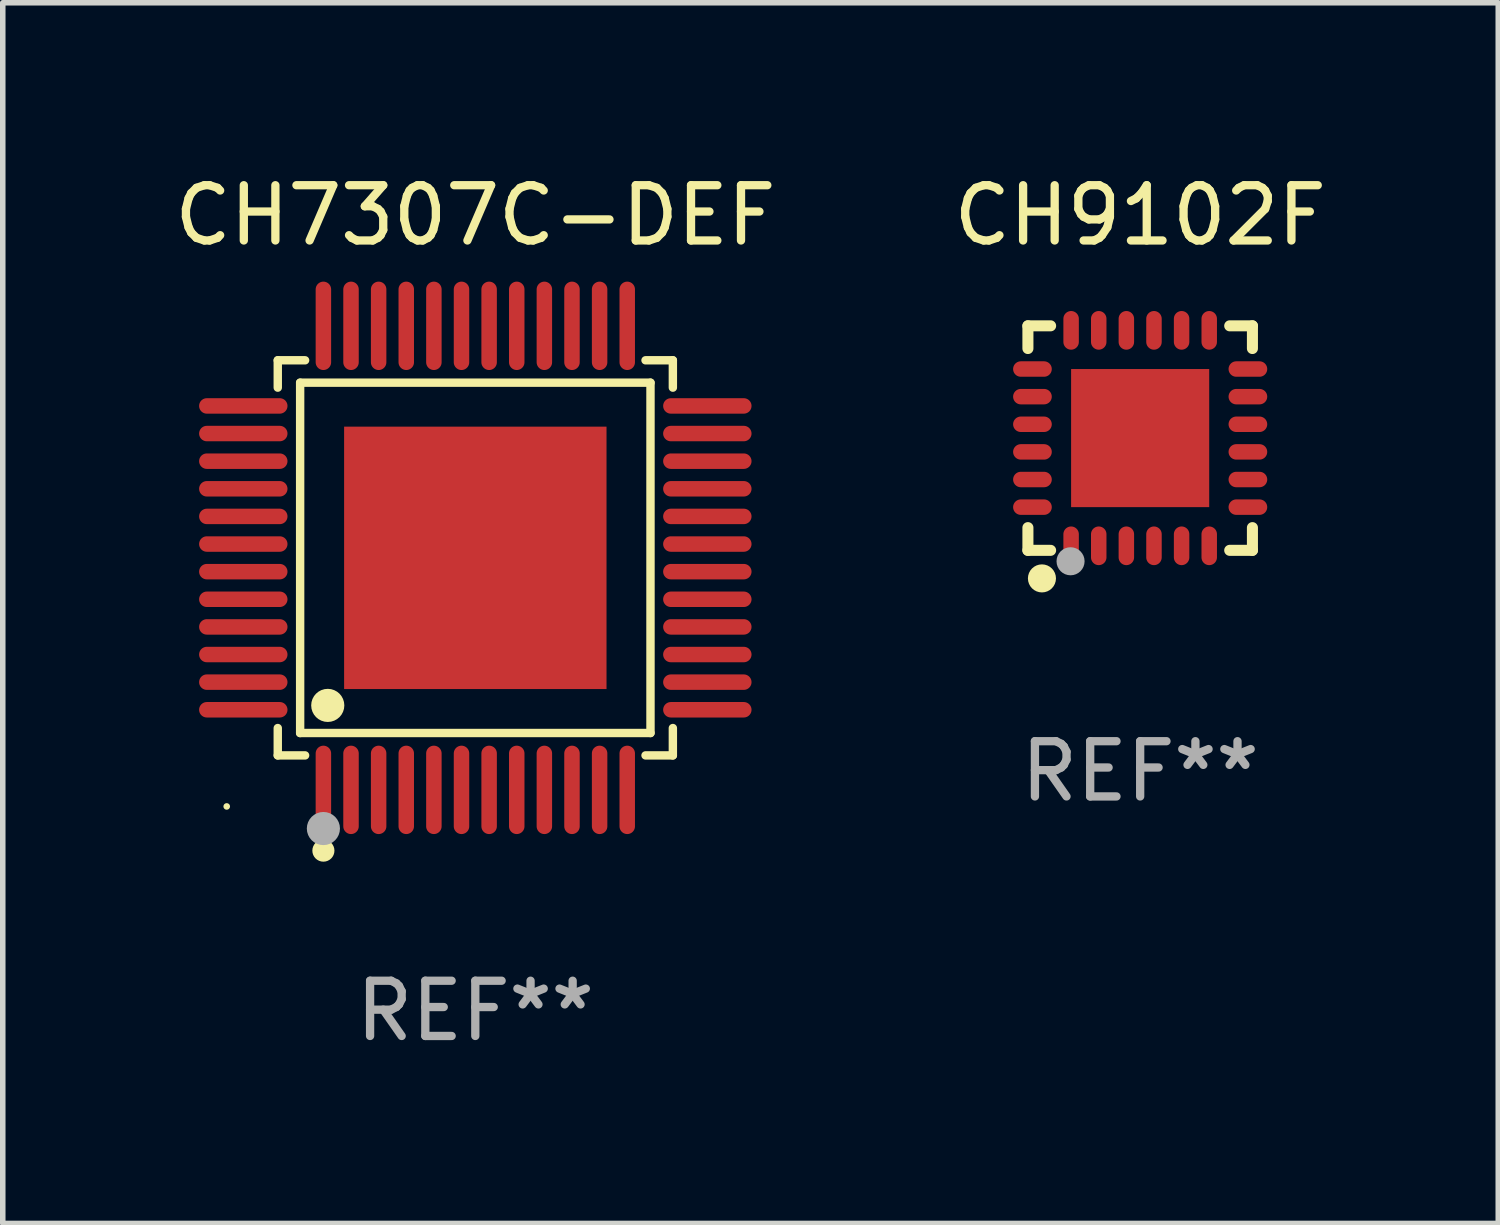
<source format=kicad_pcb>
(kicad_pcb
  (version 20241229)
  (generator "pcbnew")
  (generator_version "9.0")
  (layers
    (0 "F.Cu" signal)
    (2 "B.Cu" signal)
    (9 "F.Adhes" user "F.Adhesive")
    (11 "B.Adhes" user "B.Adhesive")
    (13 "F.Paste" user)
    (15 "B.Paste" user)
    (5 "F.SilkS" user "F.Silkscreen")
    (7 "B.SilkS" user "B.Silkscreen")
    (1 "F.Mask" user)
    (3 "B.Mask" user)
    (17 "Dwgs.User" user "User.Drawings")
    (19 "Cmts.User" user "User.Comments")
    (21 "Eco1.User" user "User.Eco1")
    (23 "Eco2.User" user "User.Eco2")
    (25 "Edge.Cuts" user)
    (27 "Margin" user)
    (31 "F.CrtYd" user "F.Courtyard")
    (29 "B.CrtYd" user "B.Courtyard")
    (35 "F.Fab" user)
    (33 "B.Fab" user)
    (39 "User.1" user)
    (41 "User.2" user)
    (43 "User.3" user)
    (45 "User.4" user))
  (footprint "CH7307C-DEF"
    (layer "F.Cu")
    (at 5.554 7.048)
    (property "Reference" "CH7307C-DEF" (at 0 -6.2 0) (layer "F.SilkS") (effects (font (size 1 1) (thickness 0.15))))
    (attr through_hole)
    (fp_line (start -3.576 -3.576) (end -3.081 -3.576) (stroke (width 0.152) (type solid)) (layer "F.SilkS"))
    (fp_line (start -3.576 -3.081) (end -3.576 -3.576) (stroke (width 0.152) (type solid)) (layer "F.SilkS"))
    (fp_line (start -3.576 3.081) (end -3.576 3.576) (stroke (width 0.152) (type solid)) (layer "F.SilkS"))
    (fp_line (start -3.576 3.576) (end -3.081 3.576) (stroke (width 0.152) (type solid)) (layer "F.SilkS"))
    (fp_line (start -3.171 -3.171) (end 3.171 -3.171) (stroke (width 0.152) (type solid)) (layer "F.SilkS"))
    (fp_line (start -3.171 3.171) (end -3.171 -3.171) (stroke (width 0.152) (type solid)) (layer "F.SilkS"))
    (fp_line (start 3.171 -3.171) (end 3.171 3.171) (stroke (width 0.152) (type solid)) (layer "F.SilkS"))
    (fp_line (start 3.171 3.171) (end -3.171 3.171) (stroke (width 0.152) (type solid)) (layer "F.SilkS"))
    (fp_line (start 3.576 -3.576) (end 3.081 -3.576) (stroke (width 0.152) (type solid)) (layer "F.SilkS"))
    (fp_line (start 3.576 -3.081) (end 3.576 -3.576) (stroke (width 0.152) (type solid)) (layer "F.SilkS"))
    (fp_line (start 3.576 3.081) (end 3.576 3.576) (stroke (width 0.152) (type solid)) (layer "F.SilkS"))
    (fp_line (start 3.576 3.576) (end 3.081 3.576) (stroke (width 0.152) (type solid)) (layer "F.SilkS"))
    (fp_circle (center -4.5 4.5) (end -4.47 4.5) (stroke (width 0.06) (type solid)) (fill no) (layer "F.SilkS"))
    (fp_circle (center -2.75 5.3) (end -2.65 5.3) (stroke (width 0.2) (type solid)) (fill no) (layer "F.SilkS"))
    (fp_circle (center -2.671 2.671) (end -2.521 2.671) (stroke (width 0.3) (type solid)) (fill no) (layer "F.SilkS"))
    (fp_circle (center -2.75 4.9) (end -2.6 4.9) (stroke (width 0.3) (type solid)) (fill no) (layer "F.Fab"))
    (fp_text user "REF**" (at 0 8.2 0) (layer "F.Fab") (effects (font (size 1 1) (thickness 0.15))))
    (pad "1" smd oval (at -2.75 4.2) (size 0.28 1.6) (layers "F.Cu" "F.Mask" "F.Paste"))
    (pad "2" smd oval (at -2.25 4.2) (size 0.28 1.6) (layers "F.Cu" "F.Mask" "F.Paste"))
    (pad "3" smd oval (at -1.75 4.2) (size 0.28 1.6) (layers "F.Cu" "F.Mask" "F.Paste"))
    (pad "4" smd oval (at -1.25 4.2) (size 0.28 1.6) (layers "F.Cu" "F.Mask" "F.Paste"))
    (pad "5" smd oval (at -0.75 4.2) (size 0.28 1.6) (layers "F.Cu" "F.Mask" "F.Paste"))
    (pad "6" smd oval (at -0.25 4.2) (size 0.28 1.6) (layers "F.Cu" "F.Mask" "F.Paste"))
    (pad "7" smd oval (at 0.25 4.2) (size 0.28 1.6) (layers "F.Cu" "F.Mask" "F.Paste"))
    (pad "8" smd oval (at 0.75 4.2) (size 0.28 1.6) (layers "F.Cu" "F.Mask" "F.Paste"))
    (pad "9" smd oval (at 1.25 4.2) (size 0.28 1.6) (layers "F.Cu" "F.Mask" "F.Paste"))
    (pad "10" smd oval (at 1.75 4.2) (size 0.28 1.6) (layers "F.Cu" "F.Mask" "F.Paste"))
    (pad "11" smd oval (at 2.25 4.2) (size 0.28 1.6) (layers "F.Cu" "F.Mask" "F.Paste"))
    (pad "12" smd oval (at 2.75 4.2) (size 0.28 1.6) (layers "F.Cu" "F.Mask" "F.Paste"))
    (pad "13" smd oval (at 4.2 2.75) (size 1.6 0.28) (layers "F.Cu" "F.Mask" "F.Paste"))
    (pad "14" smd oval (at 4.2 2.25) (size 1.6 0.28) (layers "F.Cu" "F.Mask" "F.Paste"))
    (pad "15" smd oval (at 4.2 1.75) (size 1.6 0.28) (layers "F.Cu" "F.Mask" "F.Paste"))
    (pad "16" smd oval (at 4.2 1.25) (size 1.6 0.28) (layers "F.Cu" "F.Mask" "F.Paste"))
    (pad "17" smd oval (at 4.2 0.75) (size 1.6 0.28) (layers "F.Cu" "F.Mask" "F.Paste"))
    (pad "18" smd oval (at 4.2 0.25) (size 1.6 0.28) (layers "F.Cu" "F.Mask" "F.Paste"))
    (pad "19" smd oval (at 4.2 -0.25) (size 1.6 0.28) (layers "F.Cu" "F.Mask" "F.Paste"))
    (pad "20" smd oval (at 4.2 -0.75) (size 1.6 0.28) (layers "F.Cu" "F.Mask" "F.Paste"))
    (pad "21" smd oval (at 4.2 -1.25) (size 1.6 0.28) (layers "F.Cu" "F.Mask" "F.Paste"))
    (pad "22" smd oval (at 4.2 -1.75) (size 1.6 0.28) (layers "F.Cu" "F.Mask" "F.Paste"))
    (pad "23" smd oval (at 4.2 -2.25) (size 1.6 0.28) (layers "F.Cu" "F.Mask" "F.Paste"))
    (pad "24" smd oval (at 4.2 -2.75) (size 1.6 0.28) (layers "F.Cu" "F.Mask" "F.Paste"))
    (pad "25" smd oval (at 2.75 -4.2) (size 0.28 1.6) (layers "F.Cu" "F.Mask" "F.Paste"))
    (pad "26" smd oval (at 2.25 -4.2) (size 0.28 1.6) (layers "F.Cu" "F.Mask" "F.Paste"))
    (pad "27" smd oval (at 1.75 -4.2) (size 0.28 1.6) (layers "F.Cu" "F.Mask" "F.Paste"))
    (pad "28" smd oval (at 1.25 -4.2) (size 0.28 1.6) (layers "F.Cu" "F.Mask" "F.Paste"))
    (pad "29" smd oval (at 0.75 -4.2) (size 0.28 1.6) (layers "F.Cu" "F.Mask" "F.Paste"))
    (pad "30" smd oval (at 0.25 -4.2) (size 0.28 1.6) (layers "F.Cu" "F.Mask" "F.Paste"))
    (pad "31" smd oval (at -0.25 -4.2) (size 0.28 1.6) (layers "F.Cu" "F.Mask" "F.Paste"))
    (pad "32" smd oval (at -0.75 -4.2) (size 0.28 1.6) (layers "F.Cu" "F.Mask" "F.Paste"))
    (pad "33" smd oval (at -1.25 -4.2) (size 0.28 1.6) (layers "F.Cu" "F.Mask" "F.Paste"))
    (pad "34" smd oval (at -1.75 -4.2) (size 0.28 1.6) (layers "F.Cu" "F.Mask" "F.Paste"))
    (pad "35" smd oval (at -2.25 -4.2) (size 0.28 1.6) (layers "F.Cu" "F.Mask" "F.Paste"))
    (pad "36" smd oval (at -2.75 -4.2) (size 0.28 1.6) (layers "F.Cu" "F.Mask" "F.Paste"))
    (pad "37" smd oval (at -4.2 -2.75) (size 1.6 0.28) (layers "F.Cu" "F.Mask" "F.Paste"))
    (pad "38" smd oval (at -4.2 -2.25) (size 1.6 0.28) (layers "F.Cu" "F.Mask" "F.Paste"))
    (pad "39" smd oval (at -4.2 -1.75) (size 1.6 0.28) (layers "F.Cu" "F.Mask" "F.Paste"))
    (pad "40" smd oval (at -4.2 -1.25) (size 1.6 0.28) (layers "F.Cu" "F.Mask" "F.Paste"))
    (pad "41" smd oval (at -4.2 -0.75) (size 1.6 0.28) (layers "F.Cu" "F.Mask" "F.Paste"))
    (pad "42" smd oval (at -4.2 -0.25) (size 1.6 0.28) (layers "F.Cu" "F.Mask" "F.Paste"))
    (pad "43" smd oval (at -4.2 0.25) (size 1.6 0.28) (layers "F.Cu" "F.Mask" "F.Paste"))
    (pad "44" smd oval (at -4.2 0.75) (size 1.6 0.28) (layers "F.Cu" "F.Mask" "F.Paste"))
    (pad "45" smd oval (at -4.2 1.25) (size 1.6 0.28) (layers "F.Cu" "F.Mask" "F.Paste"))
    (pad "46" smd oval (at -4.2 1.75) (size 1.6 0.28) (layers "F.Cu" "F.Mask" "F.Paste"))
    (pad "47" smd oval (at -4.2 2.25) (size 1.6 0.28) (layers "F.Cu" "F.Mask" "F.Paste"))
    (pad "48" smd oval (at -4.2 2.75) (size 1.6 0.28) (layers "F.Cu" "F.Mask" "F.Paste"))
    (pad "49" smd rect (at 0 0) (size 4.75 4.75) (layers "F.Cu" "F.Mask" "F.Paste")))
  (footprint "CH9102F"
    (layer "F.Cu")
    (at 17.589 4.88)
    (property "Reference" "CH9102F" (at 0 -4.032 0) (layer "F.SilkS") (effects (font (size 1 1) (thickness 0.15))))
    (attr through_hole)
    (fp_line (start -2.032 -2.032) (end -1.621 -2.032) (stroke (width 0.2) (type solid)) (layer "F.SilkS"))
    (fp_line (start -2.032 -1.621) (end -2.032 -2.032) (stroke (width 0.2) (type solid)) (layer "F.SilkS"))
    (fp_line (start -2.032 2.032) (end -2.032 1.621) (stroke (width 0.2) (type solid)) (layer "F.SilkS"))
    (fp_line (start -1.621 2.032) (end -2.032 2.032) (stroke (width 0.2) (type solid)) (layer "F.SilkS"))
    (fp_line (start 1.621 -2.032) (end 2.032 -2.032) (stroke (width 0.2) (type solid)) (layer "F.SilkS"))
    (fp_line (start 2.032 -2.032) (end 2.032 -1.621) (stroke (width 0.2) (type solid)) (layer "F.SilkS"))
    (fp_line (start 2.032 1.621) (end 2.032 2.032) (stroke (width 0.2) (type solid)) (layer "F.SilkS"))
    (fp_line (start 2.032 2.032) (end 1.621 2.032) (stroke (width 0.2) (type solid)) (layer "F.SilkS"))
    (fp_circle (center -2 2) (end -1.97 2) (stroke (width 0.06) (type solid)) (fill no) (layer "F.SilkS"))
    (fp_circle (center -1.778 2.54) (end -1.651 2.54) (stroke (width 0.254) (type solid)) (fill no) (layer "F.SilkS"))
    (fp_circle (center -1.26 2.23) (end -1.133 2.23) (stroke (width 0.254) (type solid)) (fill no) (layer "F.Fab"))
    (fp_text user "REF**" (at 0 6.032 0) (layer "F.Fab") (effects (font (size 1 1) (thickness 0.15))))
    (pad "1" smd oval (at -1.25 1.95 180) (size 0.28 0.7) (layers "F.Cu" "F.Mask" "F.Paste"))
    (pad "2" smd oval (at -0.75 1.95 180) (size 0.28 0.7) (layers "F.Cu" "F.Mask" "F.Paste"))
    (pad "3" smd oval (at -0.25 1.95 180) (size 0.28 0.7) (layers "F.Cu" "F.Mask" "F.Paste"))
    (pad "4" smd oval (at 0.25 1.95 180) (size 0.28 0.7) (layers "F.Cu" "F.Mask" "F.Paste"))
    (pad "5" smd oval (at 0.75 1.95 180) (size 0.28 0.7) (layers "F.Cu" "F.Mask" "F.Paste"))
    (pad "6" smd oval (at 1.25 1.95 180) (size 0.28 0.7) (layers "F.Cu" "F.Mask" "F.Paste"))
    (pad "7" smd oval (at 1.95 1.25 270) (size 0.28 0.7) (layers "F.Cu" "F.Mask" "F.Paste"))
    (pad "8" smd oval (at 1.95 0.75 270) (size 0.28 0.7) (layers "F.Cu" "F.Mask" "F.Paste"))
    (pad "9" smd oval (at 1.95 0.25 270) (size 0.28 0.7) (layers "F.Cu" "F.Mask" "F.Paste"))
    (pad "10" smd oval (at 1.95 -0.25 270) (size 0.28 0.7) (layers "F.Cu" "F.Mask" "F.Paste"))
    (pad "11" smd oval (at 1.95 -0.75 270) (size 0.28 0.7) (layers "F.Cu" "F.Mask" "F.Paste"))
    (pad "12" smd oval (at 1.95 -1.25 270) (size 0.28 0.7) (layers "F.Cu" "F.Mask" "F.Paste"))
    (pad "13" smd oval (at 1.25 -1.95) (size 0.28 0.7) (layers "F.Cu" "F.Mask" "F.Paste"))
    (pad "14" smd oval (at 0.75 -1.95) (size 0.28 0.7) (layers "F.Cu" "F.Mask" "F.Paste"))
    (pad "15" smd oval (at 0.25 -1.95) (size 0.28 0.7) (layers "F.Cu" "F.Mask" "F.Paste"))
    (pad "16" smd oval (at -0.25 -1.95) (size 0.28 0.7) (layers "F.Cu" "F.Mask" "F.Paste"))
    (pad "17" smd oval (at -0.75 -1.95) (size 0.28 0.7) (layers "F.Cu" "F.Mask" "F.Paste"))
    (pad "18" smd oval (at -1.25 -1.95) (size 0.28 0.7) (layers "F.Cu" "F.Mask" "F.Paste"))
    (pad "19" smd oval (at -1.95 -1.25 90) (size 0.28 0.7) (layers "F.Cu" "F.Mask" "F.Paste"))
    (pad "20" smd oval (at -1.95 -0.75 90) (size 0.28 0.7) (layers "F.Cu" "F.Mask" "F.Paste"))
    (pad "21" smd oval (at -1.95 -0.25 90) (size 0.28 0.7) (layers "F.Cu" "F.Mask" "F.Paste"))
    (pad "22" smd oval (at -1.95 0.25 90) (size 0.28 0.7) (layers "F.Cu" "F.Mask" "F.Paste"))
    (pad "23" smd oval (at -1.95 0.75 90) (size 0.28 0.7) (layers "F.Cu" "F.Mask" "F.Paste"))
    (pad "24" smd oval (at -1.95 1.25 90) (size 0.28 0.7) (layers "F.Cu" "F.Mask" "F.Paste"))
    (pad "25" smd rect (at -0.000178 0.000025 90) (size 2.5 2.5) (layers "F.Cu" "F.Mask" "F.Paste")))
  (gr_rect
    (start -3 -3)
    (end 24.071 19.096)
    (stroke (width 0.1) (type default))
    (fill no)
    (layer "Edge.Cuts")))
</source>
